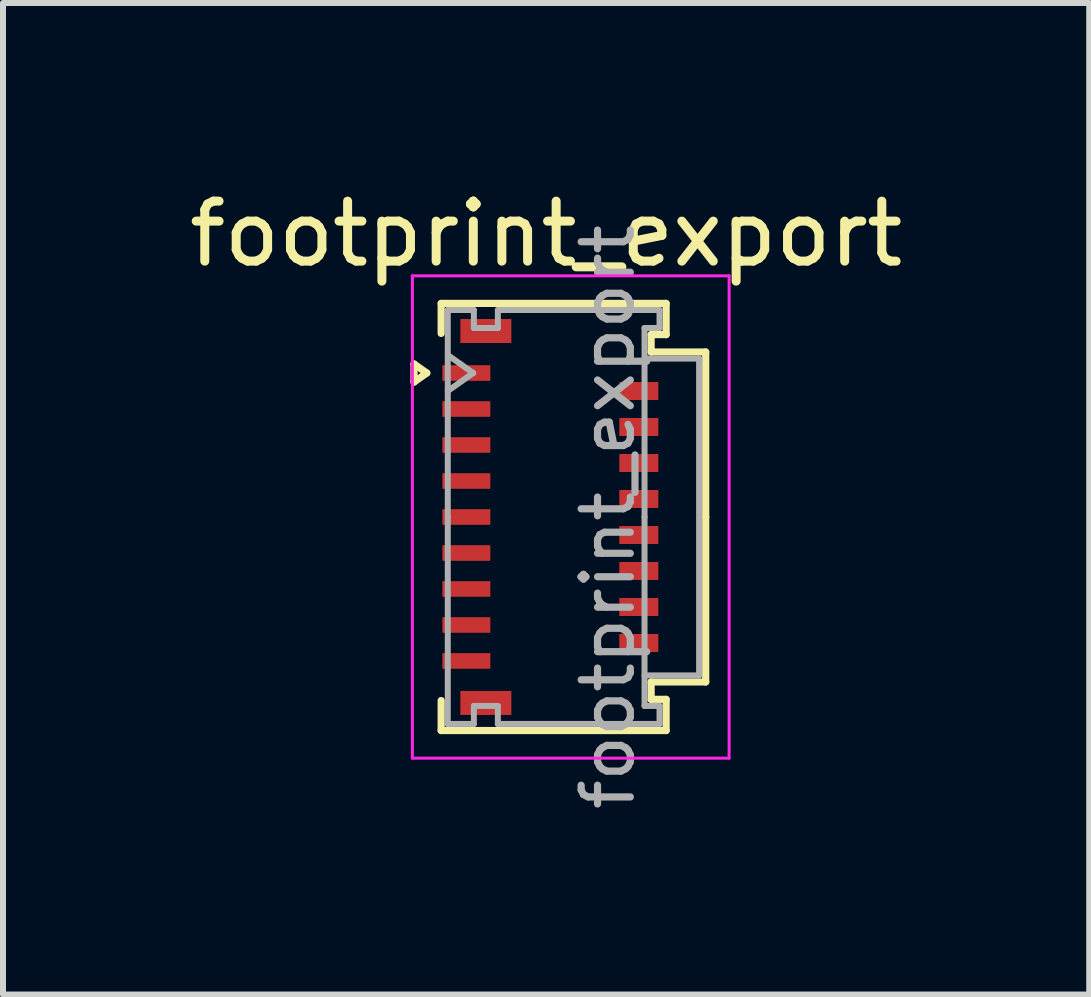
<source format=kicad_pcb>
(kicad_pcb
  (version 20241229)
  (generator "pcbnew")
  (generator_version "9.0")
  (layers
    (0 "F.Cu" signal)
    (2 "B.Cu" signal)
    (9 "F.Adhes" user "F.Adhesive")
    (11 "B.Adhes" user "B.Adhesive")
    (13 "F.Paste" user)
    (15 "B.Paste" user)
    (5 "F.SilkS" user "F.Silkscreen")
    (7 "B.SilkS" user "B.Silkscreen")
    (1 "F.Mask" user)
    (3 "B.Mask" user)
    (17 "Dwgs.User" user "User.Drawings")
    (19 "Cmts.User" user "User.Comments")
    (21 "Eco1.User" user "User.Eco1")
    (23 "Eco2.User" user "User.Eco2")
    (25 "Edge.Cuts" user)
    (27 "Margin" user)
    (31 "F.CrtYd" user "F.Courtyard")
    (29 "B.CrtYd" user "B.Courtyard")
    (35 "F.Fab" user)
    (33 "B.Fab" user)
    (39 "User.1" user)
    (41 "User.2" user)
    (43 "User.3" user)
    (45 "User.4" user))
  (footprint "footprint_export"
    (layer "F.Cu")
    (at 6.124 5.568)
    (property "Reference" "footprint_export" (at -0.07 -4.72 0) (layer "F.SilkS") (effects (font (size 1 1) (thickness 0.15))))
    (attr smd)
    (fp_line (start -2.272 -2.55) (end -2.06 -2.4) (stroke (width 0.12) (type solid)) (layer "F.SilkS"))
    (fp_line (start -2.272 -2.25) (end -2.272 -2.55) (stroke (width 0.12) (type solid)) (layer "F.SilkS"))
    (fp_line (start -2.06 -2.4) (end -2.272 -2.25) (stroke (width 0.12) (type solid)) (layer "F.SilkS"))
    (fp_line (start -1.82 -3.56) (end 1.93 -3.56) (stroke (width 0.12) (type solid)) (layer "F.SilkS"))
    (fp_line (start -1.82 -3.06) (end -1.82 -3.56) (stroke (width 0.12) (type solid)) (layer "F.SilkS"))
    (fp_line (start -1.82 3.06) (end -1.82 3.56) (stroke (width 0.12) (type solid)) (layer "F.SilkS"))
    (fp_line (start -1.82 3.56) (end 1.93 3.56) (stroke (width 0.12) (type solid)) (layer "F.SilkS"))
    (fp_line (start 1.68 -3.04) (end 1.68 -2.75) (stroke (width 0.12) (type solid)) (layer "F.SilkS"))
    (fp_line (start 1.68 -2.75) (end 2.59 -2.75) (stroke (width 0.12) (type solid)) (layer "F.SilkS"))
    (fp_line (start 1.68 2.75) (end 2.59 2.75) (stroke (width 0.12) (type solid)) (layer "F.SilkS"))
    (fp_line (start 1.68 3.04) (end 1.68 2.75) (stroke (width 0.12) (type solid)) (layer "F.SilkS"))
    (fp_line (start 1.93 -3.56) (end 1.93 -3.04) (stroke (width 0.12) (type solid)) (layer "F.SilkS"))
    (fp_line (start 1.93 -3.04) (end 1.68 -3.04) (stroke (width 0.12) (type solid)) (layer "F.SilkS"))
    (fp_line (start 1.93 3.04) (end 1.68 3.04) (stroke (width 0.12) (type solid)) (layer "F.SilkS"))
    (fp_line (start 1.93 3.56) (end 1.93 3.04) (stroke (width 0.12) (type solid)) (layer "F.SilkS"))
    (fp_line (start 2.59 -2.75) (end 2.59 0) (stroke (width 0.12) (type solid)) (layer "F.SilkS"))
    (fp_line (start 2.59 2.75) (end 2.59 0) (stroke (width 0.12) (type solid)) (layer "F.SilkS"))
    (fp_line (start -2.3 -4.02) (end -2.3 4.02) (stroke (width 0.05) (type solid)) (layer "F.CrtYd"))
    (fp_line (start -2.3 4.02) (end 2.98 4.02) (stroke (width 0.05) (type solid)) (layer "F.CrtYd"))
    (fp_line (start 2.98 -4.02) (end -2.3 -4.02) (stroke (width 0.05) (type solid)) (layer "F.CrtYd"))
    (fp_line (start 2.98 4.02) (end 2.98 -4.02) (stroke (width 0.05) (type solid)) (layer "F.CrtYd"))
    (fp_line (start -1.71 -3.45) (end -1.275 -3.45) (stroke (width 0.1) (type solid)) (layer "F.Fab"))
    (fp_line (start -1.71 -2.7) (end -1.286 -2.4) (stroke (width 0.1) (type solid)) (layer "F.Fab"))
    (fp_line (start -1.71 0) (end -1.71 -3.45) (stroke (width 0.1) (type solid)) (layer "F.Fab"))
    (fp_line (start -1.71 0) (end -1.71 3.45) (stroke (width 0.1) (type solid)) (layer "F.Fab"))
    (fp_line (start -1.71 3.45) (end -1.275 3.45) (stroke (width 0.1) (type solid)) (layer "F.Fab"))
    (fp_line (start -1.286 -2.4) (end -1.71 -2.1) (stroke (width 0.1) (type solid)) (layer "F.Fab"))
    (fp_line (start -1.275 -3.45) (end -1.275 -3.15) (stroke (width 0.1) (type solid)) (layer "F.Fab"))
    (fp_line (start -1.275 -3.15) (end -0.875 -3.15) (stroke (width 0.1) (type solid)) (layer "F.Fab"))
    (fp_line (start -1.275 3.15) (end -0.875 3.15) (stroke (width 0.1) (type solid)) (layer "F.Fab"))
    (fp_line (start -1.275 3.45) (end -1.275 3.15) (stroke (width 0.1) (type solid)) (layer "F.Fab"))
    (fp_line (start -0.875 -3.45) (end 1.82 -3.45) (stroke (width 0.1) (type solid)) (layer "F.Fab"))
    (fp_line (start -0.875 -3.15) (end -0.875 -3.45) (stroke (width 0.1) (type solid)) (layer "F.Fab"))
    (fp_line (start -0.875 3.15) (end -0.875 3.45) (stroke (width 0.1) (type solid)) (layer "F.Fab"))
    (fp_line (start -0.875 3.45) (end 1.82 3.45) (stroke (width 0.1) (type solid)) (layer "F.Fab"))
    (fp_line (start 1.57 -3.15) (end 1.57 0) (stroke (width 0.1) (type solid)) (layer "F.Fab"))
    (fp_line (start 1.57 -2.64) (end 2.48 -2.64) (stroke (width 0.1) (type solid)) (layer "F.Fab"))
    (fp_line (start 1.57 3.15) (end 1.57 0) (stroke (width 0.1) (type solid)) (layer "F.Fab"))
    (fp_line (start 1.82 -3.45) (end 1.82 -3.15) (stroke (width 0.1) (type solid)) (layer "F.Fab"))
    (fp_line (start 1.82 -3.15) (end 1.57 -3.15) (stroke (width 0.1) (type solid)) (layer "F.Fab"))
    (fp_line (start 1.82 3.15) (end 1.57 3.15) (stroke (width 0.1) (type solid)) (layer "F.Fab"))
    (fp_line (start 1.82 3.45) (end 1.82 3.15) (stroke (width 0.1) (type solid)) (layer "F.Fab"))
    (fp_line (start 2.48 -2.64) (end 2.48 2.64) (stroke (width 0.1) (type solid)) (layer "F.Fab"))
    (fp_line (start 2.48 2.64) (end 1.57 2.64) (stroke (width 0.1) (type solid)) (layer "F.Fab"))
    (fp_text user "${REFERENCE}" (at 0.96 0 90) (layer "F.Fab") (effects (font (size 0.82 0.82) (thickness 0.12))))
    (pad "1" smd rect (at -1.4 -2.4) (size 0.8 0.26) (layers "F.Cu" "F.Mask" "F.Paste"))
    (pad "2" smd rect (at 1.475 -2.1) (size 0.65 0.3) (layers "F.Cu" "F.Mask" "F.Paste"))
    (pad "3" smd rect (at -1.4 -1.8) (size 0.8 0.26) (layers "F.Cu" "F.Mask" "F.Paste"))
    (pad "4" smd rect (at 1.475 -1.5) (size 0.65 0.3) (layers "F.Cu" "F.Mask" "F.Paste"))
    (pad "5" smd rect (at -1.4 -1.2) (size 0.8 0.26) (layers "F.Cu" "F.Mask" "F.Paste"))
    (pad "6" smd rect (at 1.475 -0.9) (size 0.65 0.3) (layers "F.Cu" "F.Mask" "F.Paste"))
    (pad "7" smd rect (at -1.4 -0.6) (size 0.8 0.26) (layers "F.Cu" "F.Mask" "F.Paste"))
    (pad "8" smd rect (at 1.475 -0.3) (size 0.65 0.3) (layers "F.Cu" "F.Mask" "F.Paste"))
    (pad "9" smd rect (at -1.4 0) (size 0.8 0.26) (layers "F.Cu" "F.Mask" "F.Paste"))
    (pad "10" smd rect (at 1.475 0.3) (size 0.65 0.3) (layers "F.Cu" "F.Mask" "F.Paste"))
    (pad "11" smd rect (at -1.4 0.6) (size 0.8 0.26) (layers "F.Cu" "F.Mask" "F.Paste"))
    (pad "12" smd rect (at 1.475 0.9) (size 0.65 0.3) (layers "F.Cu" "F.Mask" "F.Paste"))
    (pad "13" smd rect (at -1.4 1.2) (size 0.8 0.26) (layers "F.Cu" "F.Mask" "F.Paste"))
    (pad "14" smd rect (at 1.475 1.5) (size 0.65 0.3) (layers "F.Cu" "F.Mask" "F.Paste"))
    (pad "15" smd rect (at -1.4 1.8) (size 0.8 0.26) (layers "F.Cu" "F.Mask" "F.Paste"))
    (pad "16" smd rect (at 1.475 2.1) (size 0.65 0.3) (layers "F.Cu" "F.Mask" "F.Paste"))
    (pad "17" smd rect (at -1.4 2.4) (size 0.8 0.26) (layers "F.Cu" "F.Mask" "F.Paste"))
    (pad "MP" smd rect (at -1.075 -3.1) (size 0.85 0.4) (layers "F.Cu" "F.Mask" "F.Paste"))
    (pad "MP" smd rect (at -1.075 3.1) (size 0.85 0.4) (layers "F.Cu" "F.Mask" "F.Paste")))
  (gr_rect
    (start -3 -3)
    (end 15.107 13.528)
    (stroke (width 0.1) (type default))
    (fill no)
    (layer "Edge.Cuts")))
</source>
